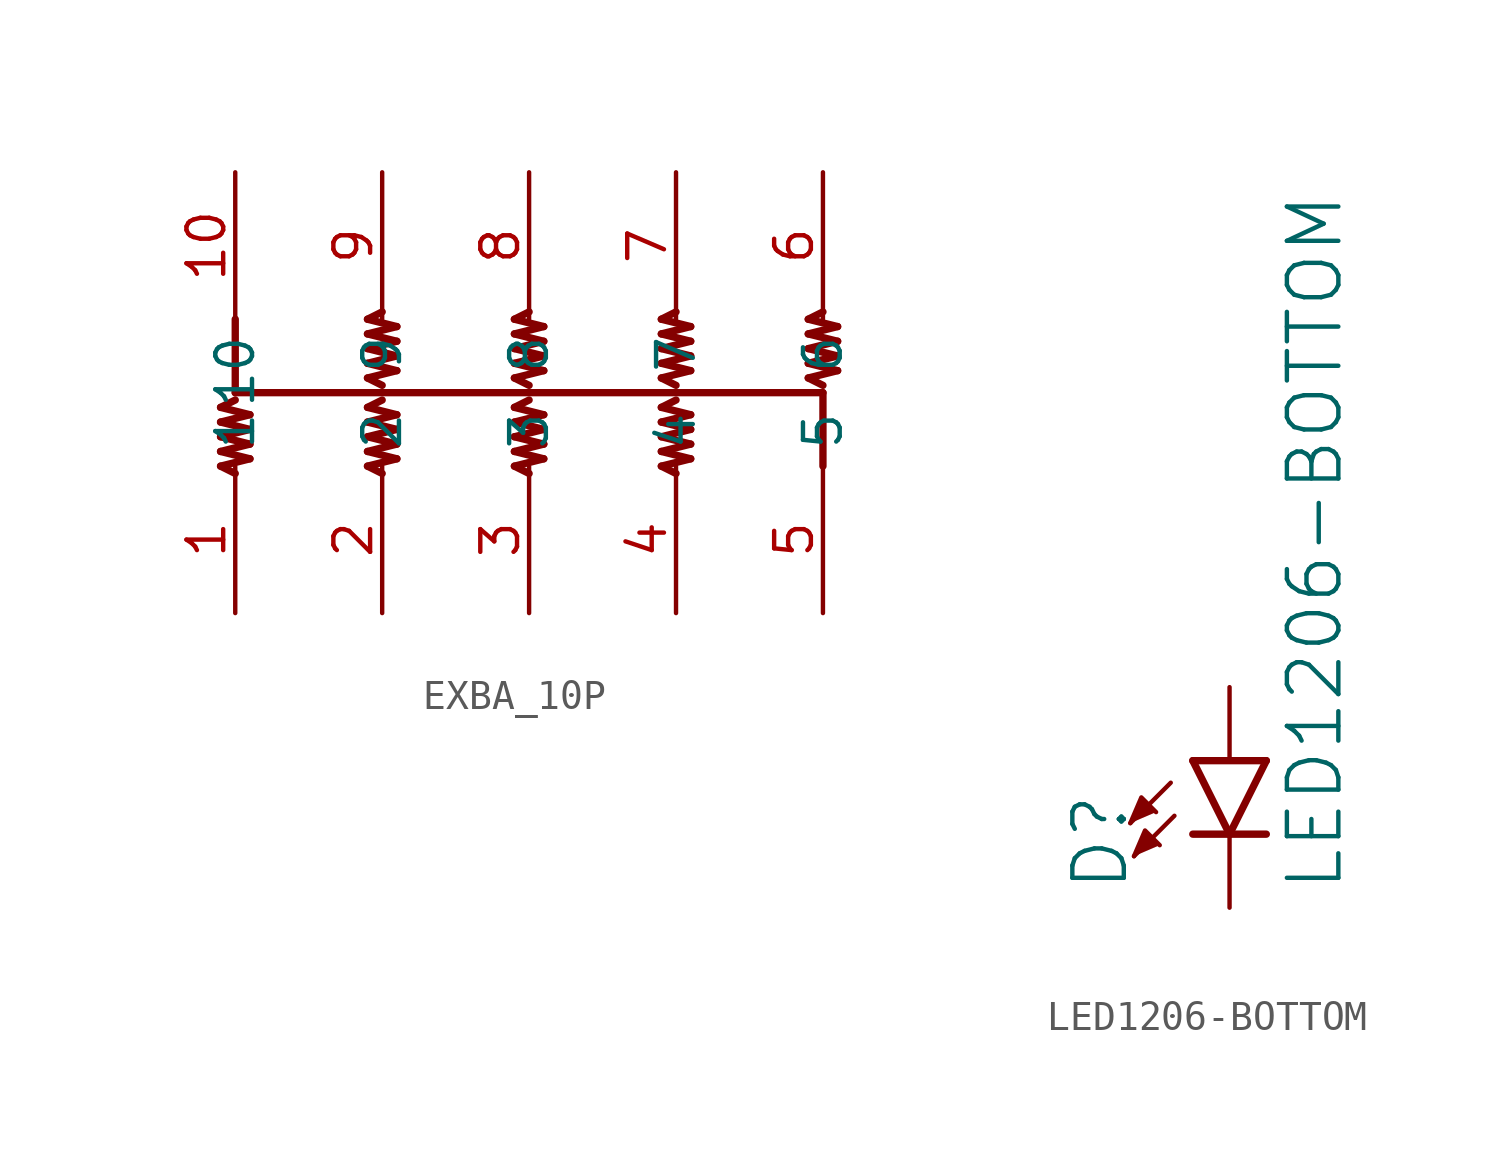
<source format=kicad_sym>
(kicad_symbol_lib
  (version 20211014)
  (generator kicad_symbol_editor)
  (symbol "EXBA_10P"
    (property "Reference" ""
      (at 0 0 0)
      (effects (font (size 1.27 1.27)) hide))
    (property "ki_locked" ""
      (at 0 0 0)
      (effects (font (size 1.27 1.27))))
    (symbol "EXBA_10P_1_0"
      (polyline (pts (xy -10.668 -2.54) (xy -10.16 -2.794)) (stroke (width 0.254) (type default) (color 0 0 0 0)) (fill (type none)))
      (polyline (pts (xy -10.668 -2.032) (xy -9.652 -2.286)) (stroke (width 0.254) (type default) (color 0 0 0 0)) (fill (type none)))
      (polyline (pts (xy -10.668 -1.524) (xy -9.652 -1.778)) (stroke (width 0.254) (type default) (color 0 0 0 0)) (fill (type none)))
      (polyline (pts (xy -10.668 -1.016) (xy -9.652 -1.27)) (stroke (width 0.254) (type default) (color 0 0 0 0)) (fill (type none)))
      (polyline (pts (xy -10.668 -0.508) (xy -9.652 -0.762)) (stroke (width 0.254) (type default) (color 0 0 0 0)) (fill (type none)))
      (polyline (pts (xy -10.16 -0.254) (xy -10.668 -0.508)) (stroke (width 0.254) (type default) (color 0 0 0 0)) (fill (type none)))
      (polyline (pts (xy -10.16 0) (xy 10.16 0)) (stroke (width 0.254) (type default) (color 0 0 0 0)) (fill (type none)))
      (polyline (pts (xy -10.16 2.54) (xy -10.16 0)) (stroke (width 0.254) (type default) (color 0 0 0 0)) (fill (type none)))
      (polyline (pts (xy -9.652 -2.286) (xy -10.668 -2.54)) (stroke (width 0.254) (type default) (color 0 0 0 0)) (fill (type none)))
      (polyline (pts (xy -9.652 -1.778) (xy -10.668 -2.032)) (stroke (width 0.254) (type default) (color 0 0 0 0)) (fill (type none)))
      (polyline (pts (xy -9.652 -1.27) (xy -10.668 -1.524)) (stroke (width 0.254) (type default) (color 0 0 0 0)) (fill (type none)))
      (polyline (pts (xy -9.652 -0.762) (xy -10.668 -1.016)) (stroke (width 0.254) (type default) (color 0 0 0 0)) (fill (type none)))
      (polyline (pts (xy -5.588 -2.54) (xy -5.08 -2.794)) (stroke (width 0.254) (type default) (color 0 0 0 0)) (fill (type none)))
      (polyline (pts (xy -5.588 -2.032) (xy -4.572 -2.286)) (stroke (width 0.254) (type default) (color 0 0 0 0)) (fill (type none)))
      (polyline (pts (xy -5.588 -1.524) (xy -4.572 -1.778)) (stroke (width 0.254) (type default) (color 0 0 0 0)) (fill (type none)))
      (polyline (pts (xy -5.588 -1.016) (xy -4.572 -1.27)) (stroke (width 0.254) (type default) (color 0 0 0 0)) (fill (type none)))
      (polyline (pts (xy -5.588 -0.508) (xy -4.572 -0.762)) (stroke (width 0.254) (type default) (color 0 0 0 0)) (fill (type none)))
      (polyline (pts (xy -5.588 0.508) (xy -5.08 0.254)) (stroke (width 0.254) (type default) (color 0 0 0 0)) (fill (type none)))
      (polyline (pts (xy -5.588 1.016) (xy -4.572 0.762)) (stroke (width 0.254) (type default) (color 0 0 0 0)) (fill (type none)))
      (polyline (pts (xy -5.588 1.524) (xy -4.572 1.27)) (stroke (width 0.254) (type default) (color 0 0 0 0)) (fill (type none)))
      (polyline (pts (xy -5.588 2.032) (xy -4.572 1.778)) (stroke (width 0.254) (type default) (color 0 0 0 0)) (fill (type none)))
      (polyline (pts (xy -5.588 2.54) (xy -4.572 2.286)) (stroke (width 0.254) (type default) (color 0 0 0 0)) (fill (type none)))
      (polyline (pts (xy -5.08 -0.254) (xy -5.588 -0.508)) (stroke (width 0.254) (type default) (color 0 0 0 0)) (fill (type none)))
      (polyline (pts (xy -5.08 2.794) (xy -5.588 2.54)) (stroke (width 0.254) (type default) (color 0 0 0 0)) (fill (type none)))
      (polyline (pts (xy -4.572 -2.286) (xy -5.588 -2.54)) (stroke (width 0.254) (type default) (color 0 0 0 0)) (fill (type none)))
      (polyline (pts (xy -4.572 -1.778) (xy -5.588 -2.032)) (stroke (width 0.254) (type default) (color 0 0 0 0)) (fill (type none)))
      (polyline (pts (xy -4.572 -1.27) (xy -5.588 -1.524)) (stroke (width 0.254) (type default) (color 0 0 0 0)) (fill (type none)))
      (polyline (pts (xy -4.572 -0.762) (xy -5.588 -1.016)) (stroke (width 0.254) (type default) (color 0 0 0 0)) (fill (type none)))
      (polyline (pts (xy -4.572 0.762) (xy -5.588 0.508)) (stroke (width 0.254) (type default) (color 0 0 0 0)) (fill (type none)))
      (polyline (pts (xy -4.572 1.27) (xy -5.588 1.016)) (stroke (width 0.254) (type default) (color 0 0 0 0)) (fill (type none)))
      (polyline (pts (xy -4.572 1.778) (xy -5.588 1.524)) (stroke (width 0.254) (type default) (color 0 0 0 0)) (fill (type none)))
      (polyline (pts (xy -4.572 2.286) (xy -5.588 2.032)) (stroke (width 0.254) (type default) (color 0 0 0 0)) (fill (type none)))
      (polyline (pts (xy -0.508 -2.54) (xy 0 -2.794)) (stroke (width 0.254) (type default) (color 0 0 0 0)) (fill (type none)))
      (polyline (pts (xy -0.508 -2.032) (xy 0.508 -2.286)) (stroke (width 0.254) (type default) (color 0 0 0 0)) (fill (type none)))
      (polyline (pts (xy -0.508 -1.524) (xy 0.508 -1.778)) (stroke (width 0.254) (type default) (color 0 0 0 0)) (fill (type none)))
      (polyline (pts (xy -0.508 -1.016) (xy 0.508 -1.27)) (stroke (width 0.254) (type default) (color 0 0 0 0)) (fill (type none)))
      (polyline (pts (xy -0.508 -0.508) (xy 0.508 -0.762)) (stroke (width 0.254) (type default) (color 0 0 0 0)) (fill (type none)))
      (polyline (pts (xy -0.508 0.508) (xy 0 0.254)) (stroke (width 0.254) (type default) (color 0 0 0 0)) (fill (type none)))
      (polyline (pts (xy -0.508 1.016) (xy 0.508 0.762)) (stroke (width 0.254) (type default) (color 0 0 0 0)) (fill (type none)))
      (polyline (pts (xy -0.508 1.524) (xy 0.508 1.27)) (stroke (width 0.254) (type default) (color 0 0 0 0)) (fill (type none)))
      (polyline (pts (xy -0.508 2.032) (xy 0.508 1.778)) (stroke (width 0.254) (type default) (color 0 0 0 0)) (fill (type none)))
      (polyline (pts (xy -0.508 2.54) (xy 0.508 2.286)) (stroke (width 0.254) (type default) (color 0 0 0 0)) (fill (type none)))
      (polyline (pts (xy 0 -0.254) (xy -0.508 -0.508)) (stroke (width 0.254) (type default) (color 0 0 0 0)) (fill (type none)))
      (polyline (pts (xy 0 2.794) (xy -0.508 2.54)) (stroke (width 0.254) (type default) (color 0 0 0 0)) (fill (type none)))
      (polyline (pts (xy 0.508 -2.286) (xy -0.508 -2.54)) (stroke (width 0.254) (type default) (color 0 0 0 0)) (fill (type none)))
      (polyline (pts (xy 0.508 -1.778) (xy -0.508 -2.032)) (stroke (width 0.254) (type default) (color 0 0 0 0)) (fill (type none)))
      (polyline (pts (xy 0.508 -1.27) (xy -0.508 -1.524)) (stroke (width 0.254) (type default) (color 0 0 0 0)) (fill (type none)))
      (polyline (pts (xy 0.508 -0.762) (xy -0.508 -1.016)) (stroke (width 0.254) (type default) (color 0 0 0 0)) (fill (type none)))
      (polyline (pts (xy 0.508 0.762) (xy -0.508 0.508)) (stroke (width 0.254) (type default) (color 0 0 0 0)) (fill (type none)))
      (polyline (pts (xy 0.508 1.27) (xy -0.508 1.016)) (stroke (width 0.254) (type default) (color 0 0 0 0)) (fill (type none)))
      (polyline (pts (xy 0.508 1.778) (xy -0.508 1.524)) (stroke (width 0.254) (type default) (color 0 0 0 0)) (fill (type none)))
      (polyline (pts (xy 0.508 2.286) (xy -0.508 2.032)) (stroke (width 0.254) (type default) (color 0 0 0 0)) (fill (type none)))
      (polyline (pts (xy 4.572 -2.54) (xy 5.08 -2.794)) (stroke (width 0.254) (type default) (color 0 0 0 0)) (fill (type none)))
      (polyline (pts (xy 4.572 -2.032) (xy 5.588 -2.286)) (stroke (width 0.254) (type default) (color 0 0 0 0)) (fill (type none)))
      (polyline (pts (xy 4.572 -1.524) (xy 5.588 -1.778)) (stroke (width 0.254) (type default) (color 0 0 0 0)) (fill (type none)))
      (polyline (pts (xy 4.572 -1.016) (xy 5.588 -1.27)) (stroke (width 0.254) (type default) (color 0 0 0 0)) (fill (type none)))
      (polyline (pts (xy 4.572 -0.508) (xy 5.588 -0.762)) (stroke (width 0.254) (type default) (color 0 0 0 0)) (fill (type none)))
      (polyline (pts (xy 4.572 0.508) (xy 5.08 0.254)) (stroke (width 0.254) (type default) (color 0 0 0 0)) (fill (type none)))
      (polyline (pts (xy 4.572 1.016) (xy 5.588 0.762)) (stroke (width 0.254) (type default) (color 0 0 0 0)) (fill (type none)))
      (polyline (pts (xy 4.572 1.524) (xy 5.588 1.27)) (stroke (width 0.254) (type default) (color 0 0 0 0)) (fill (type none)))
      (polyline (pts (xy 4.572 2.032) (xy 5.588 1.778)) (stroke (width 0.254) (type default) (color 0 0 0 0)) (fill (type none)))
      (polyline (pts (xy 4.572 2.54) (xy 5.588 2.286)) (stroke (width 0.254) (type default) (color 0 0 0 0)) (fill (type none)))
      (polyline (pts (xy 5.08 -0.254) (xy 4.572 -0.508)) (stroke (width 0.254) (type default) (color 0 0 0 0)) (fill (type none)))
      (polyline (pts (xy 5.08 2.794) (xy 4.572 2.54)) (stroke (width 0.254) (type default) (color 0 0 0 0)) (fill (type none)))
      (polyline (pts (xy 5.588 -2.286) (xy 4.572 -2.54)) (stroke (width 0.254) (type default) (color 0 0 0 0)) (fill (type none)))
      (polyline (pts (xy 5.588 -1.778) (xy 4.572 -2.032)) (stroke (width 0.254) (type default) (color 0 0 0 0)) (fill (type none)))
      (polyline (pts (xy 5.588 -1.27) (xy 4.572 -1.524)) (stroke (width 0.254) (type default) (color 0 0 0 0)) (fill (type none)))
      (polyline (pts (xy 5.588 -0.762) (xy 4.572 -1.016)) (stroke (width 0.254) (type default) (color 0 0 0 0)) (fill (type none)))
      (polyline (pts (xy 5.588 0.762) (xy 4.572 0.508)) (stroke (width 0.254) (type default) (color 0 0 0 0)) (fill (type none)))
      (polyline (pts (xy 5.588 1.27) (xy 4.572 1.016)) (stroke (width 0.254) (type default) (color 0 0 0 0)) (fill (type none)))
      (polyline (pts (xy 5.588 1.778) (xy 4.572 1.524)) (stroke (width 0.254) (type default) (color 0 0 0 0)) (fill (type none)))
      (polyline (pts (xy 5.588 2.286) (xy 4.572 2.032)) (stroke (width 0.254) (type default) (color 0 0 0 0)) (fill (type none)))
      (polyline (pts (xy 9.652 0.508) (xy 10.16 0.254)) (stroke (width 0.254) (type default) (color 0 0 0 0)) (fill (type none)))
      (polyline (pts (xy 9.652 1.016) (xy 10.668 0.762)) (stroke (width 0.254) (type default) (color 0 0 0 0)) (fill (type none)))
      (polyline (pts (xy 9.652 1.524) (xy 10.668 1.27)) (stroke (width 0.254) (type default) (color 0 0 0 0)) (fill (type none)))
      (polyline (pts (xy 9.652 2.032) (xy 10.668 1.778)) (stroke (width 0.254) (type default) (color 0 0 0 0)) (fill (type none)))
      (polyline (pts (xy 9.652 2.54) (xy 10.668 2.286)) (stroke (width 0.254) (type default) (color 0 0 0 0)) (fill (type none)))
      (polyline (pts (xy 10.16 0) (xy 10.16 -2.54)) (stroke (width 0.254) (type default) (color 0 0 0 0)) (fill (type none)))
      (polyline (pts (xy 10.16 2.794) (xy 9.652 2.54)) (stroke (width 0.254) (type default) (color 0 0 0 0)) (fill (type none)))
      (polyline (pts (xy 10.668 0.762) (xy 9.652 0.508)) (stroke (width 0.254) (type default) (color 0 0 0 0)) (fill (type none)))
      (polyline (pts (xy 10.668 1.27) (xy 9.652 1.016)) (stroke (width 0.254) (type default) (color 0 0 0 0)) (fill (type none)))
      (polyline (pts (xy 10.668 1.778) (xy 9.652 1.524)) (stroke (width 0.254) (type default) (color 0 0 0 0)) (fill (type none)))
      (polyline (pts (xy 10.668 2.286) (xy 9.652 2.032)) (stroke (width 0.254) (type default) (color 0 0 0 0)) (fill (type none)))
      (pin bidirectional line (at -10.16 -7.62 90) (length 5.08) (name "1" (effects (font (size 1.27 1.27)))) (number "1" (effects (font (size 1.27 1.27)))))
      (pin bidirectional line (at -10.16 7.62 270) (length 5.08) (name "10" (effects (font (size 1.27 1.27)))) (number "10" (effects (font (size 1.27 1.27)))))
      (pin bidirectional line (at -5.08 -7.62 90) (length 5.08) (name "2" (effects (font (size 1.27 1.27)))) (number "2" (effects (font (size 1.27 1.27)))))
      (pin bidirectional line (at 0 -7.62 90) (length 5.08) (name "3" (effects (font (size 1.27 1.27)))) (number "3" (effects (font (size 1.27 1.27)))))
      (pin bidirectional line (at 5.08 -7.62 90) (length 5.08) (name "4" (effects (font (size 1.27 1.27)))) (number "4" (effects (font (size 1.27 1.27)))))
      (pin bidirectional line (at 10.16 -7.62 90) (length 5.08) (name "5" (effects (font (size 1.27 1.27)))) (number "5" (effects (font (size 1.27 1.27)))))
      (pin bidirectional line (at 10.16 7.62 270) (length 5.08) (name "6" (effects (font (size 1.27 1.27)))) (number "6" (effects (font (size 1.27 1.27)))))
      (pin bidirectional line (at 5.08 7.62 270) (length 5.08) (name "7" (effects (font (size 1.27 1.27)))) (number "7" (effects (font (size 1.27 1.27)))))
      (pin bidirectional line (at 0 7.62 270) (length 5.08) (name "8" (effects (font (size 1.27 1.27)))) (number "8" (effects (font (size 1.27 1.27)))))
      (pin bidirectional line (at -5.08 7.62 270) (length 5.08) (name "9" (effects (font (size 1.27 1.27)))) (number "9" (effects (font (size 1.27 1.27)))))))
  (symbol "LED1206-BOTTOM"
    (property "Reference" "D"
      (at -3.429 -4.572 90)
      (effects (font (size 1.778 1.778)) (justify left bottom)))
    (property "Value" "LED1206-BOTTOM"
      (at 1.905 -4.572 90)
      (effects (font (size 1.778 1.778)) (justify left top)))
    (property "ki_locked" ""
      (at 0 0 0)
      (effects (font (size 1.27 1.27))))
    (symbol "LED1206-BOTTOM_1_0"
      (polyline (pts (xy -2.032 -0.762) (xy -3.429 -2.159)) (stroke (width 0.152) (type default) (color 0 0 0 0)) (fill (type none)))
      (polyline (pts (xy -1.905 -1.905) (xy -3.302 -3.302)) (stroke (width 0.152) (type default) (color 0 0 0 0)) (fill (type none)))
      (polyline (pts (xy 0 -2.54) (xy -1.27 -2.54)) (stroke (width 0.254) (type default) (color 0 0 0 0)) (fill (type none)))
      (polyline (pts (xy 0 -2.54) (xy -1.27 0)) (stroke (width 0.254) (type default) (color 0 0 0 0)) (fill (type none)))
      (polyline (pts (xy 1.27 -2.54) (xy 0 -2.54)) (stroke (width 0.254) (type default) (color 0 0 0 0)) (fill (type none)))
      (polyline (pts (xy 1.27 0) (xy -1.27 0)) (stroke (width 0.254) (type default) (color 0 0 0 0)) (fill (type none)))
      (polyline (pts (xy 1.27 0) (xy 0 -2.54)) (stroke (width 0.254) (type default) (color 0 0 0 0)) (fill (type none)))
      (polyline (pts (xy -3.429 -2.159) (xy -3.048 -1.27) (xy -2.54 -1.778)) (stroke (width 0) (type default) (color 0 0 0 0)) (fill (type outline)))
      (polyline (pts (xy -3.302 -3.302) (xy -2.921 -2.413) (xy -2.413 -2.921)) (stroke (width 0) (type default) (color 0 0 0 0)) (fill (type outline)))
      (pin passive line (at 0 2.54 270) (length 2.54) (name "A" (effects (font (size 0 0)))) (number "A" (effects (font (size 0 0)))))
      (pin passive line (at 0 -5.08 90) (length 2.54) (name "C" (effects (font (size 0 0)))) (number "C" (effects (font (size 0 0))))))))
</source>
